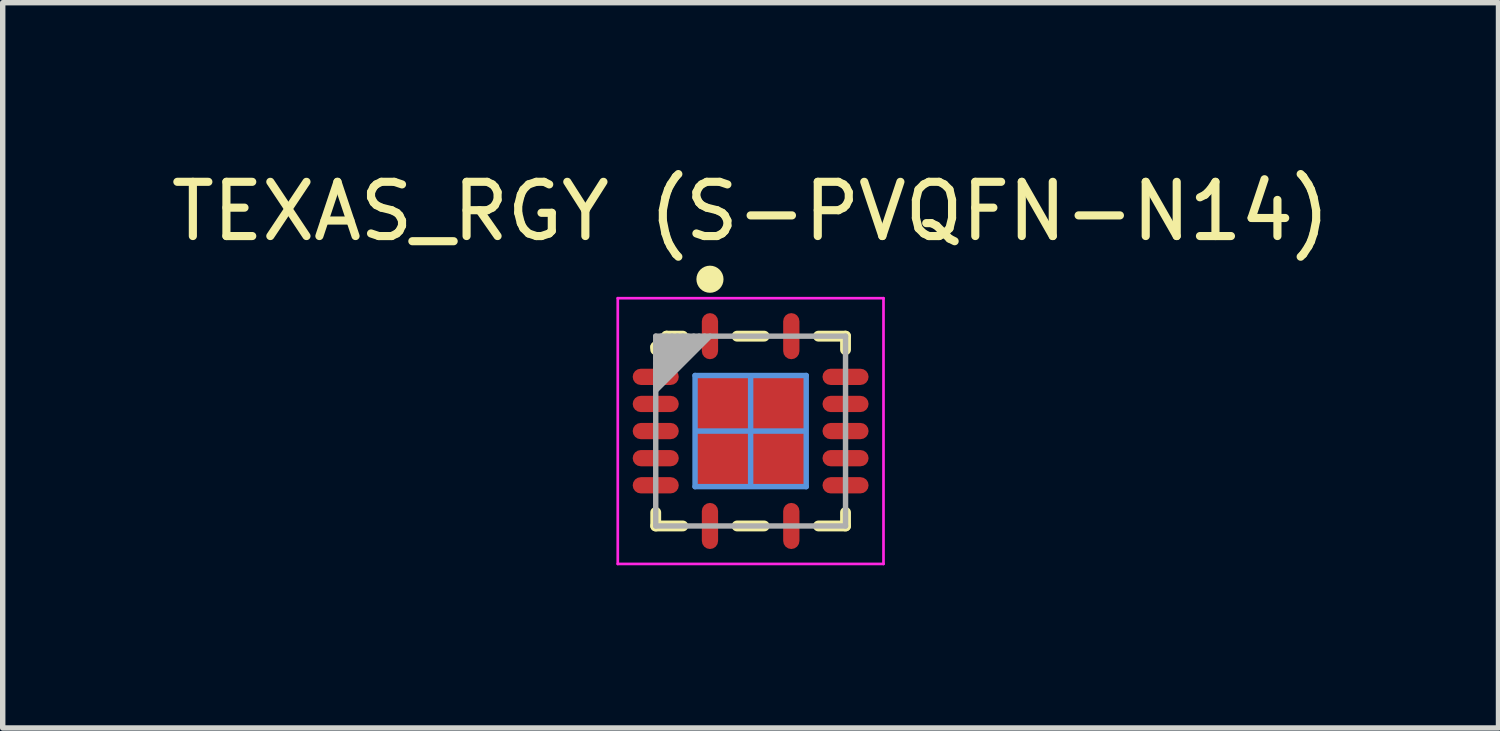
<source format=kicad_pcb>
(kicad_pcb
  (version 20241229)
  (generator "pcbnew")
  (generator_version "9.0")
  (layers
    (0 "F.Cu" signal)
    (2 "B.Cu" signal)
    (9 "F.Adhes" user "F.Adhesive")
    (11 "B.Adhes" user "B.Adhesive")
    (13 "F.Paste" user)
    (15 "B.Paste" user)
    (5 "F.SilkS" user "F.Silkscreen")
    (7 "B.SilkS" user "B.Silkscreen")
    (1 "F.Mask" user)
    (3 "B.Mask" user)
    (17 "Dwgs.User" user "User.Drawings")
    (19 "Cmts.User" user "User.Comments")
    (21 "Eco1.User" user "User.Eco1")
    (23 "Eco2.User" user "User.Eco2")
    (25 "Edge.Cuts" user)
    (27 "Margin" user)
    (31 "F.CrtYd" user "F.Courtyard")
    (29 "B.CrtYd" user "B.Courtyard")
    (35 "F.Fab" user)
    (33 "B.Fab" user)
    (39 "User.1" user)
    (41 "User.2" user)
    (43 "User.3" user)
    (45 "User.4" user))
  (footprint "TEXAS_RGY (S-PVQFN-N14)"
    (layer "F.Cu")
    (at 10.792 4.899)
    (property "Reference" "TEXAS_RGY (S-PVQFN-N14)" (at 0 -4.051 180) (layer "F.SilkS") (effects (font (size 1 1) (thickness 0.15))))
    (attr smd)
    (fp_line (start -1.75 -1.55) (end -1.55 -1.75) (stroke (width 0.2) (type solid)) (layer "F.SilkS"))
    (fp_line (start -1.75 -1.5) (end -1.75 -1.55) (stroke (width 0.2) (type solid)) (layer "F.SilkS"))
    (fp_line (start -1.75 1.75) (end -1.75 1.5) (stroke (width 0.2) (type solid)) (layer "F.SilkS"))
    (fp_line (start -1.75 1.75) (end -1.25 1.75) (stroke (width 0.2) (type solid)) (layer "F.SilkS"))
    (fp_line (start -1.55 -1.75) (end -1.25 -1.75) (stroke (width 0.2) (type solid)) (layer "F.SilkS"))
    (fp_line (start -0.25 -1.75) (end 0.25 -1.75) (stroke (width 0.2) (type solid)) (layer "F.SilkS"))
    (fp_line (start -0.25 1.75) (end 0.25 1.75) (stroke (width 0.2) (type solid)) (layer "F.SilkS"))
    (fp_line (start 1.25 -1.75) (end 1.75 -1.75) (stroke (width 0.2) (type solid)) (layer "F.SilkS"))
    (fp_line (start 1.25 1.75) (end 1.75 1.75) (stroke (width 0.2) (type solid)) (layer "F.SilkS"))
    (fp_line (start 1.75 -1.5) (end 1.75 -1.75) (stroke (width 0.2) (type solid)) (layer "F.SilkS"))
    (fp_line (start 1.75 1.75) (end 1.75 1.5) (stroke (width 0.2) (type solid)) (layer "F.SilkS"))
    (fp_circle (center -0.75 -2.8) (end -0.625 -2.8) (stroke (width 0.25) (type solid)) (fill no) (layer "F.SilkS"))
    (fp_line (start -1.025 -1.025) (end 1.025 -1.025) (stroke (width 0.1) (type solid)) (layer "Cmts.User"))
    (fp_line (start -1.025 1.025) (end -1.025 -1.025) (stroke (width 0.1) (type solid)) (layer "Cmts.User"))
    (fp_line (start -1.025 1.025) (end 1.025 1.025) (stroke (width 0.1) (type solid)) (layer "Cmts.User"))
    (fp_line (start -1 0) (end 0 0) (stroke (width 0.1) (type solid)) (layer "Cmts.User"))
    (fp_line (start 0 0) (end 0 -1) (stroke (width 0.1) (type solid)) (layer "Cmts.User"))
    (fp_line (start 0 0) (end 1 0) (stroke (width 0.1) (type solid)) (layer "Cmts.User"))
    (fp_line (start 0 1) (end 0 0) (stroke (width 0.1) (type solid)) (layer "Cmts.User"))
    (fp_line (start 1.025 1.025) (end 1.025 -1.025) (stroke (width 0.1) (type solid)) (layer "Cmts.User"))
    (fp_line (start -2.45 -2.45) (end 2.45 -2.45) (stroke (width 0.05) (type solid)) (layer "F.CrtYd"))
    (fp_line (start -2.45 2.45) (end -2.45 -2.45) (stroke (width 0.05) (type solid)) (layer "F.CrtYd"))
    (fp_line (start -2.45 2.45) (end 2.45 2.45) (stroke (width 0.05) (type solid)) (layer "F.CrtYd"))
    (fp_line (start 2.45 2.45) (end 2.45 -2.45) (stroke (width 0.05) (type solid)) (layer "F.CrtYd"))
    (fp_line (start -1.75 -1.75) (end 1.75 -1.75) (stroke (width 0.1) (type solid)) (layer "F.Fab"))
    (fp_line (start -1.75 -1.65) (end -1.65 -1.75) (stroke (width 0.1) (type solid)) (layer "F.Fab"))
    (fp_line (start -1.75 -1.55) (end -1.55 -1.75) (stroke (width 0.1) (type solid)) (layer "F.Fab"))
    (fp_line (start -1.75 -1.45) (end -1.45 -1.75) (stroke (width 0.1) (type solid)) (layer "F.Fab"))
    (fp_line (start -1.75 -1.35) (end -1.35 -1.75) (stroke (width 0.1) (type solid)) (layer "F.Fab"))
    (fp_line (start -1.75 -1.25) (end -1.25 -1.75) (stroke (width 0.1) (type solid)) (layer "F.Fab"))
    (fp_line (start -1.75 -1.15) (end -1.15 -1.75) (stroke (width 0.1) (type solid)) (layer "F.Fab"))
    (fp_line (start -1.75 -1.05) (end -1.05 -1.75) (stroke (width 0.1) (type solid)) (layer "F.Fab"))
    (fp_line (start -1.75 -0.95) (end -0.95 -1.75) (stroke (width 0.1) (type solid)) (layer "F.Fab"))
    (fp_line (start -1.75 -0.85) (end -0.85 -1.75) (stroke (width 0.1) (type solid)) (layer "F.Fab"))
    (fp_line (start -1.75 -0.75) (end -0.75 -1.75) (stroke (width 0.1) (type solid)) (layer "F.Fab"))
    (fp_line (start -1.75 1.75) (end -1.75 -1.75) (stroke (width 0.1) (type solid)) (layer "F.Fab"))
    (fp_line (start -1.75 1.75) (end 1.75 1.75) (stroke (width 0.1) (type solid)) (layer "F.Fab"))
    (fp_line (start 1.75 1.75) (end 1.75 -1.75) (stroke (width 0.1) (type solid)) (layer "F.Fab"))
    (pad "1" smd roundrect (at -0.75 -1.75 90) (size 0.85 0.3) (layers "F.Cu" "F.Mask" "F.Paste") (roundrect_rratio 0.5))
    (pad "2" smd roundrect (at -1.75 -1) (size 0.85 0.3) (layers "F.Cu" "F.Mask" "F.Paste") (roundrect_rratio 0.5))
    (pad "3" smd roundrect (at -1.75 -0.5) (size 0.85 0.3) (layers "F.Cu" "F.Mask" "F.Paste") (roundrect_rratio 0.5))
    (pad "4" smd roundrect (at -1.75 0) (size 0.85 0.3) (layers "F.Cu" "F.Mask" "F.Paste") (roundrect_rratio 0.5))
    (pad "5" smd roundrect (at -1.75 0.5) (size 0.85 0.3) (layers "F.Cu" "F.Mask" "F.Paste") (roundrect_rratio 0.5))
    (pad "6" smd roundrect (at -1.75 1) (size 0.85 0.3) (layers "F.Cu" "F.Mask" "F.Paste") (roundrect_rratio 0.5))
    (pad "7" smd roundrect (at -0.75 1.75 90) (size 0.85 0.3) (layers "F.Cu" "F.Mask" "F.Paste") (roundrect_rratio 0.5))
    (pad "8" smd roundrect (at 0.75 1.75 90) (size 0.85 0.3) (layers "F.Cu" "F.Mask" "F.Paste") (roundrect_rratio 0.5))
    (pad "9" smd roundrect (at 1.75 1) (size 0.85 0.3) (layers "F.Cu" "F.Mask" "F.Paste") (roundrect_rratio 0.5))
    (pad "10" smd roundrect (at 1.75 0.5) (size 0.85 0.3) (layers "F.Cu" "F.Mask" "F.Paste") (roundrect_rratio 0.5))
    (pad "11" smd roundrect (at 1.75 0) (size 0.85 0.3) (layers "F.Cu" "F.Mask" "F.Paste") (roundrect_rratio 0.5))
    (pad "12" smd roundrect (at 1.75 -0.5) (size 0.85 0.3) (layers "F.Cu" "F.Mask" "F.Paste") (roundrect_rratio 0.5))
    (pad "13" smd roundrect (at 1.75 -1) (size 0.85 0.3) (layers "F.Cu" "F.Mask" "F.Paste") (roundrect_rratio 0.5))
    (pad "14" smd roundrect (at 0.75 -1.75 90) (size 0.85 0.3) (layers "F.Cu" "F.Mask" "F.Paste") (roundrect_rratio 0.5))
    (pad "15" smd rect (at 0 0) (size 2.05 2.05) (layers "F.Cu" "F.Mask" "F.Paste")))
  (gr_rect
    (start -3 -3)
    (end 24.583 10.374)
    (stroke (width 0.1) (type default))
    (fill no)
    (layer "Edge.Cuts")))
</source>
